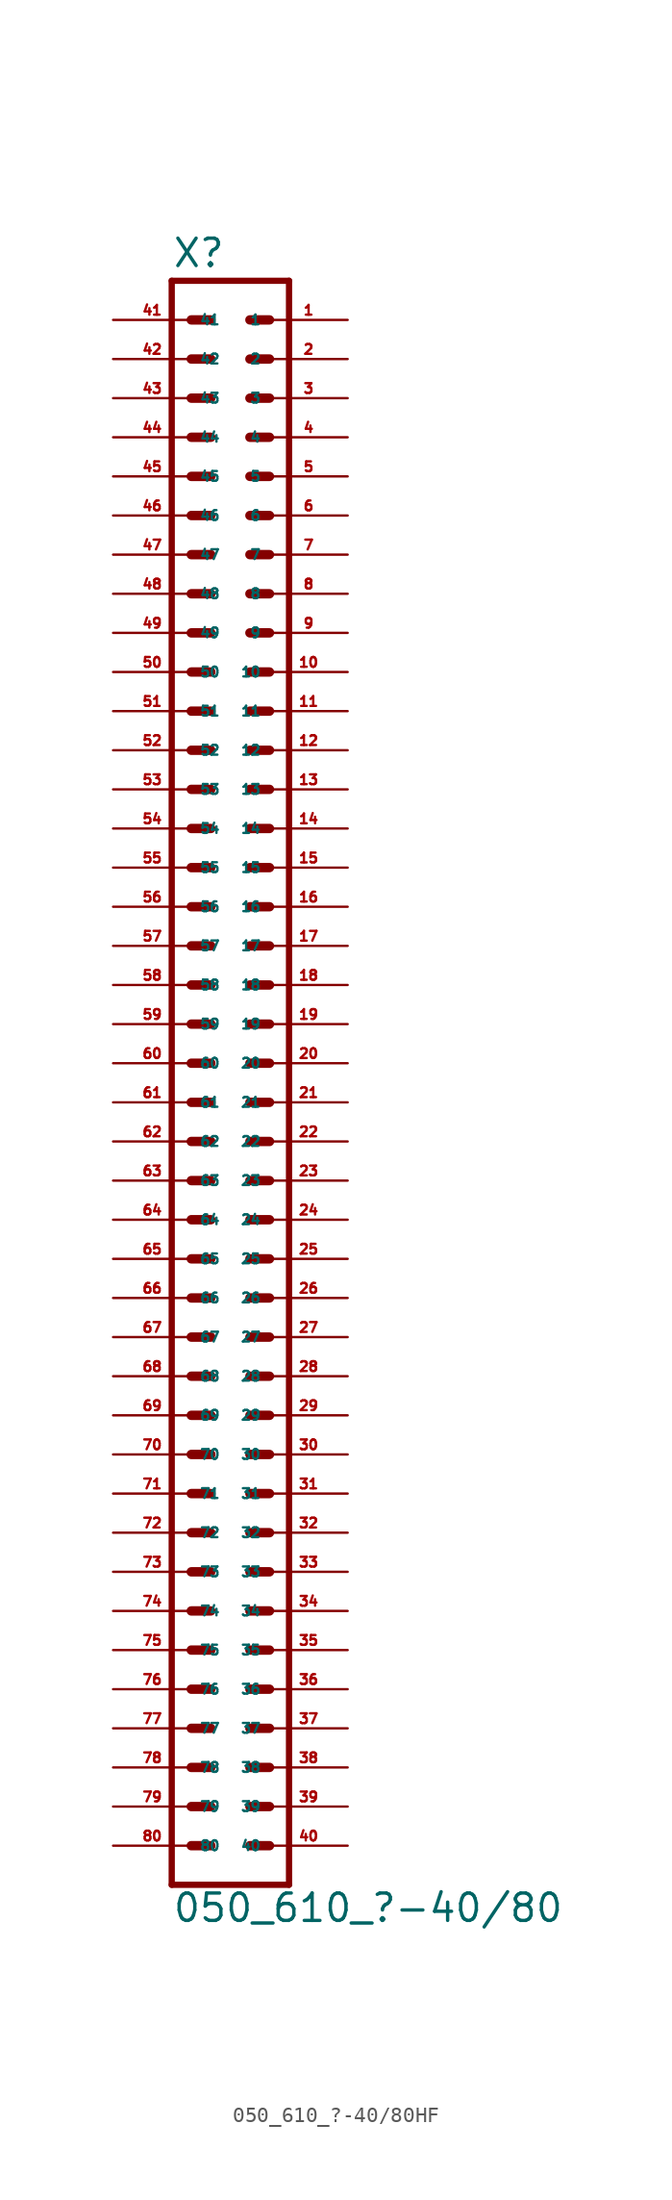
<source format=kicad_sym>
(kicad_symbol_lib
  (version 20220914)
  (generator Eagle2Kicad)
  (symbol "050_610_?-40/80HF"
    (property "Reference" "X"
      (at -3.81 51.562 0)
      (effects (font (size 1.778 1.778) (thickness 0.22)) (justify left bottom)))
    (property "Value" "050_610_?-40/80"
      (at -3.81 -55.88 0)
      (effects (font (size 1.778 1.778) (thickness 0.22)) (justify left bottom)))
    (polyline
      (pts (xy 3.81 -53.34) (xy -3.81 -53.34))
      (stroke (width 0.406) (type default))
      (fill (type none)))
    (polyline
      (pts (xy -3.81 50.8) (xy -3.81 -53.34))
      (stroke (width 0.406) (type default))
      (fill (type none)))
    (polyline
      (pts (xy 3.81 -53.34) (xy 3.81 50.8))
      (stroke (width 0.406) (type default))
      (fill (type none)))
    (polyline
      (pts (xy -3.81 50.8) (xy 3.81 50.8))
      (stroke (width 0.406) (type default))
      (fill (type none)))
    (polyline
      (pts (xy 1.27 48.26) (xy 2.54 48.26))
      (stroke (width 0.61) (type default))
      (fill (type none)))
    (polyline
      (pts (xy 1.27 45.72) (xy 2.54 45.72))
      (stroke (width 0.61) (type default))
      (fill (type none)))
    (polyline
      (pts (xy 1.27 43.18) (xy 2.54 43.18))
      (stroke (width 0.61) (type default))
      (fill (type none)))
    (polyline
      (pts (xy 1.27 40.64) (xy 2.54 40.64))
      (stroke (width 0.61) (type default))
      (fill (type none)))
    (polyline
      (pts (xy 1.27 38.1) (xy 2.54 38.1))
      (stroke (width 0.61) (type default))
      (fill (type none)))
    (polyline
      (pts (xy 1.27 35.56) (xy 2.54 35.56))
      (stroke (width 0.61) (type default))
      (fill (type none)))
    (polyline
      (pts (xy 1.27 33.02) (xy 2.54 33.02))
      (stroke (width 0.61) (type default))
      (fill (type none)))
    (polyline
      (pts (xy 1.27 30.48) (xy 2.54 30.48))
      (stroke (width 0.61) (type default))
      (fill (type none)))
    (polyline
      (pts (xy 1.27 27.94) (xy 2.54 27.94))
      (stroke (width 0.61) (type default))
      (fill (type none)))
    (polyline
      (pts (xy 1.27 25.4) (xy 2.54 25.4))
      (stroke (width 0.61) (type default))
      (fill (type none)))
    (polyline
      (pts (xy 1.27 22.86) (xy 2.54 22.86))
      (stroke (width 0.61) (type default))
      (fill (type none)))
    (polyline
      (pts (xy 1.27 20.32) (xy 2.54 20.32))
      (stroke (width 0.61) (type default))
      (fill (type none)))
    (polyline
      (pts (xy 1.27 17.78) (xy 2.54 17.78))
      (stroke (width 0.61) (type default))
      (fill (type none)))
    (polyline
      (pts (xy 1.27 15.24) (xy 2.54 15.24))
      (stroke (width 0.61) (type default))
      (fill (type none)))
    (polyline
      (pts (xy 1.27 12.7) (xy 2.54 12.7))
      (stroke (width 0.61) (type default))
      (fill (type none)))
    (polyline
      (pts (xy 1.27 10.16) (xy 2.54 10.16))
      (stroke (width 0.61) (type default))
      (fill (type none)))
    (polyline
      (pts (xy 1.27 7.62) (xy 2.54 7.62))
      (stroke (width 0.61) (type default))
      (fill (type none)))
    (polyline
      (pts (xy 1.27 5.08) (xy 2.54 5.08))
      (stroke (width 0.61) (type default))
      (fill (type none)))
    (polyline
      (pts (xy 1.27 2.54) (xy 2.54 2.54))
      (stroke (width 0.61) (type default))
      (fill (type none)))
    (polyline
      (pts (xy 1.27 0) (xy 2.54 0))
      (stroke (width 0.61) (type default))
      (fill (type none)))
    (polyline
      (pts (xy 1.27 -2.54) (xy 2.54 -2.54))
      (stroke (width 0.61) (type default))
      (fill (type none)))
    (polyline
      (pts (xy 1.27 -5.08) (xy 2.54 -5.08))
      (stroke (width 0.61) (type default))
      (fill (type none)))
    (polyline
      (pts (xy 1.27 -7.62) (xy 2.54 -7.62))
      (stroke (width 0.61) (type default))
      (fill (type none)))
    (polyline
      (pts (xy 1.27 -10.16) (xy 2.54 -10.16))
      (stroke (width 0.61) (type default))
      (fill (type none)))
    (polyline
      (pts (xy 1.27 -12.7) (xy 2.54 -12.7))
      (stroke (width 0.61) (type default))
      (fill (type none)))
    (polyline
      (pts (xy 1.27 -15.24) (xy 2.54 -15.24))
      (stroke (width 0.61) (type default))
      (fill (type none)))
    (polyline
      (pts (xy 1.27 -17.78) (xy 2.54 -17.78))
      (stroke (width 0.61) (type default))
      (fill (type none)))
    (polyline
      (pts (xy 1.27 -20.32) (xy 2.54 -20.32))
      (stroke (width 0.61) (type default))
      (fill (type none)))
    (polyline
      (pts (xy 1.27 -22.86) (xy 2.54 -22.86))
      (stroke (width 0.61) (type default))
      (fill (type none)))
    (polyline
      (pts (xy 1.27 -25.4) (xy 2.54 -25.4))
      (stroke (width 0.61) (type default))
      (fill (type none)))
    (polyline
      (pts (xy 1.27 -27.94) (xy 2.54 -27.94))
      (stroke (width 0.61) (type default))
      (fill (type none)))
    (polyline
      (pts (xy 1.27 -30.48) (xy 2.54 -30.48))
      (stroke (width 0.61) (type default))
      (fill (type none)))
    (polyline
      (pts (xy 1.27 -33.02) (xy 2.54 -33.02))
      (stroke (width 0.61) (type default))
      (fill (type none)))
    (polyline
      (pts (xy 1.27 -35.56) (xy 2.54 -35.56))
      (stroke (width 0.61) (type default))
      (fill (type none)))
    (polyline
      (pts (xy 1.27 -38.1) (xy 2.54 -38.1))
      (stroke (width 0.61) (type default))
      (fill (type none)))
    (polyline
      (pts (xy 1.27 -40.64) (xy 2.54 -40.64))
      (stroke (width 0.61) (type default))
      (fill (type none)))
    (polyline
      (pts (xy 1.27 -43.18) (xy 2.54 -43.18))
      (stroke (width 0.61) (type default))
      (fill (type none)))
    (polyline
      (pts (xy 1.27 -45.72) (xy 2.54 -45.72))
      (stroke (width 0.61) (type default))
      (fill (type none)))
    (polyline
      (pts (xy 1.27 -48.26) (xy 2.54 -48.26))
      (stroke (width 0.61) (type default))
      (fill (type none)))
    (polyline
      (pts (xy 1.27 -50.8) (xy 2.54 -50.8))
      (stroke (width 0.61) (type default))
      (fill (type none)))
    (polyline
      (pts (xy -1.27 48.26) (xy -2.54 48.26))
      (stroke (width 0.61) (type default))
      (fill (type none)))
    (polyline
      (pts (xy -1.27 45.72) (xy -2.54 45.72))
      (stroke (width 0.61) (type default))
      (fill (type none)))
    (polyline
      (pts (xy -1.27 43.18) (xy -2.54 43.18))
      (stroke (width 0.61) (type default))
      (fill (type none)))
    (polyline
      (pts (xy -1.27 40.64) (xy -2.54 40.64))
      (stroke (width 0.61) (type default))
      (fill (type none)))
    (polyline
      (pts (xy -1.27 38.1) (xy -2.54 38.1))
      (stroke (width 0.61) (type default))
      (fill (type none)))
    (polyline
      (pts (xy -1.27 35.56) (xy -2.54 35.56))
      (stroke (width 0.61) (type default))
      (fill (type none)))
    (polyline
      (pts (xy -1.27 33.02) (xy -2.54 33.02))
      (stroke (width 0.61) (type default))
      (fill (type none)))
    (polyline
      (pts (xy -1.27 30.48) (xy -2.54 30.48))
      (stroke (width 0.61) (type default))
      (fill (type none)))
    (polyline
      (pts (xy -1.27 27.94) (xy -2.54 27.94))
      (stroke (width 0.61) (type default))
      (fill (type none)))
    (polyline
      (pts (xy -1.27 25.4) (xy -2.54 25.4))
      (stroke (width 0.61) (type default))
      (fill (type none)))
    (polyline
      (pts (xy -1.27 22.86) (xy -2.54 22.86))
      (stroke (width 0.61) (type default))
      (fill (type none)))
    (polyline
      (pts (xy -1.27 20.32) (xy -2.54 20.32))
      (stroke (width 0.61) (type default))
      (fill (type none)))
    (polyline
      (pts (xy -1.27 17.78) (xy -2.54 17.78))
      (stroke (width 0.61) (type default))
      (fill (type none)))
    (polyline
      (pts (xy -1.27 15.24) (xy -2.54 15.24))
      (stroke (width 0.61) (type default))
      (fill (type none)))
    (polyline
      (pts (xy -1.27 12.7) (xy -2.54 12.7))
      (stroke (width 0.61) (type default))
      (fill (type none)))
    (polyline
      (pts (xy -1.27 10.16) (xy -2.54 10.16))
      (stroke (width 0.61) (type default))
      (fill (type none)))
    (polyline
      (pts (xy -1.27 7.62) (xy -2.54 7.62))
      (stroke (width 0.61) (type default))
      (fill (type none)))
    (polyline
      (pts (xy -1.27 5.08) (xy -2.54 5.08))
      (stroke (width 0.61) (type default))
      (fill (type none)))
    (polyline
      (pts (xy -1.27 2.54) (xy -2.54 2.54))
      (stroke (width 0.61) (type default))
      (fill (type none)))
    (polyline
      (pts (xy -1.27 0) (xy -2.54 0))
      (stroke (width 0.61) (type default))
      (fill (type none)))
    (polyline
      (pts (xy -1.27 -2.54) (xy -2.54 -2.54))
      (stroke (width 0.61) (type default))
      (fill (type none)))
    (polyline
      (pts (xy -1.27 -5.08) (xy -2.54 -5.08))
      (stroke (width 0.61) (type default))
      (fill (type none)))
    (polyline
      (pts (xy -1.27 -7.62) (xy -2.54 -7.62))
      (stroke (width 0.61) (type default))
      (fill (type none)))
    (polyline
      (pts (xy -1.27 -10.16) (xy -2.54 -10.16))
      (stroke (width 0.61) (type default))
      (fill (type none)))
    (polyline
      (pts (xy -1.27 -12.7) (xy -2.54 -12.7))
      (stroke (width 0.61) (type default))
      (fill (type none)))
    (polyline
      (pts (xy -1.27 -15.24) (xy -2.54 -15.24))
      (stroke (width 0.61) (type default))
      (fill (type none)))
    (polyline
      (pts (xy -1.27 -17.78) (xy -2.54 -17.78))
      (stroke (width 0.61) (type default))
      (fill (type none)))
    (polyline
      (pts (xy -1.27 -20.32) (xy -2.54 -20.32))
      (stroke (width 0.61) (type default))
      (fill (type none)))
    (polyline
      (pts (xy -1.27 -22.86) (xy -2.54 -22.86))
      (stroke (width 0.61) (type default))
      (fill (type none)))
    (polyline
      (pts (xy -1.27 -25.4) (xy -2.54 -25.4))
      (stroke (width 0.61) (type default))
      (fill (type none)))
    (polyline
      (pts (xy -1.27 -27.94) (xy -2.54 -27.94))
      (stroke (width 0.61) (type default))
      (fill (type none)))
    (polyline
      (pts (xy -1.27 -30.48) (xy -2.54 -30.48))
      (stroke (width 0.61) (type default))
      (fill (type none)))
    (polyline
      (pts (xy -1.27 -33.02) (xy -2.54 -33.02))
      (stroke (width 0.61) (type default))
      (fill (type none)))
    (polyline
      (pts (xy -1.27 -35.56) (xy -2.54 -35.56))
      (stroke (width 0.61) (type default))
      (fill (type none)))
    (polyline
      (pts (xy -1.27 -38.1) (xy -2.54 -38.1))
      (stroke (width 0.61) (type default))
      (fill (type none)))
    (polyline
      (pts (xy -1.27 -40.64) (xy -2.54 -40.64))
      (stroke (width 0.61) (type default))
      (fill (type none)))
    (polyline
      (pts (xy -1.27 -43.18) (xy -2.54 -43.18))
      (stroke (width 0.61) (type default))
      (fill (type none)))
    (polyline
      (pts (xy -1.27 -45.72) (xy -2.54 -45.72))
      (stroke (width 0.61) (type default))
      (fill (type none)))
    (polyline
      (pts (xy -1.27 -48.26) (xy -2.54 -48.26))
      (stroke (width 0.61) (type default))
      (fill (type none)))
    (polyline
      (pts (xy -1.27 -50.8) (xy -2.54 -50.8))
      (stroke (width 0.61) (type default))
      (fill (type none)))
    (pin passive line
      (at 7.62 48.26 180)
      (length 5.08)
      (name "1" (effects (font (size 0.635 0.635) (thickness 0.08)) (justify left bottom)))
      (number "1" (effects (font (size 0.635 0.635) (thickness 0.08)) (justify left bottom))))
    (pin passive line
      (at 7.62 45.72 180)
      (length 5.08)
      (name "2" (effects (font (size 0.635 0.635) (thickness 0.08)) (justify left bottom)))
      (number "2" (effects (font (size 0.635 0.635) (thickness 0.08)) (justify left bottom))))
    (pin passive line
      (at 7.62 43.18 180)
      (length 5.08)
      (name "3" (effects (font (size 0.635 0.635) (thickness 0.08)) (justify left bottom)))
      (number "3" (effects (font (size 0.635 0.635) (thickness 0.08)) (justify left bottom))))
    (pin passive line
      (at 7.62 40.64 180)
      (length 5.08)
      (name "4" (effects (font (size 0.635 0.635) (thickness 0.08)) (justify left bottom)))
      (number "4" (effects (font (size 0.635 0.635) (thickness 0.08)) (justify left bottom))))
    (pin passive line
      (at 7.62 38.1 180)
      (length 5.08)
      (name "5" (effects (font (size 0.635 0.635) (thickness 0.08)) (justify left bottom)))
      (number "5" (effects (font (size 0.635 0.635) (thickness 0.08)) (justify left bottom))))
    (pin passive line
      (at 7.62 35.56 180)
      (length 5.08)
      (name "6" (effects (font (size 0.635 0.635) (thickness 0.08)) (justify left bottom)))
      (number "6" (effects (font (size 0.635 0.635) (thickness 0.08)) (justify left bottom))))
    (pin passive line
      (at 7.62 33.02 180)
      (length 5.08)
      (name "7" (effects (font (size 0.635 0.635) (thickness 0.08)) (justify left bottom)))
      (number "7" (effects (font (size 0.635 0.635) (thickness 0.08)) (justify left bottom))))
    (pin passive line
      (at 7.62 30.48 180)
      (length 5.08)
      (name "8" (effects (font (size 0.635 0.635) (thickness 0.08)) (justify left bottom)))
      (number "8" (effects (font (size 0.635 0.635) (thickness 0.08)) (justify left bottom))))
    (pin passive line
      (at 7.62 27.94 180)
      (length 5.08)
      (name "9" (effects (font (size 0.635 0.635) (thickness 0.08)) (justify left bottom)))
      (number "9" (effects (font (size 0.635 0.635) (thickness 0.08)) (justify left bottom))))
    (pin passive line
      (at 7.62 25.4 180)
      (length 5.08)
      (name "10" (effects (font (size 0.635 0.635) (thickness 0.08)) (justify left bottom)))
      (number "10" (effects (font (size 0.635 0.635) (thickness 0.08)) (justify left bottom))))
    (pin passive line
      (at 7.62 22.86 180)
      (length 5.08)
      (name "11" (effects (font (size 0.635 0.635) (thickness 0.08)) (justify left bottom)))
      (number "11" (effects (font (size 0.635 0.635) (thickness 0.08)) (justify left bottom))))
    (pin passive line
      (at 7.62 20.32 180)
      (length 5.08)
      (name "12" (effects (font (size 0.635 0.635) (thickness 0.08)) (justify left bottom)))
      (number "12" (effects (font (size 0.635 0.635) (thickness 0.08)) (justify left bottom))))
    (pin passive line
      (at 7.62 17.78 180)
      (length 5.08)
      (name "13" (effects (font (size 0.635 0.635) (thickness 0.08)) (justify left bottom)))
      (number "13" (effects (font (size 0.635 0.635) (thickness 0.08)) (justify left bottom))))
    (pin passive line
      (at 7.62 15.24 180)
      (length 5.08)
      (name "14" (effects (font (size 0.635 0.635) (thickness 0.08)) (justify left bottom)))
      (number "14" (effects (font (size 0.635 0.635) (thickness 0.08)) (justify left bottom))))
    (pin passive line
      (at 7.62 12.7 180)
      (length 5.08)
      (name "15" (effects (font (size 0.635 0.635) (thickness 0.08)) (justify left bottom)))
      (number "15" (effects (font (size 0.635 0.635) (thickness 0.08)) (justify left bottom))))
    (pin passive line
      (at 7.62 10.16 180)
      (length 5.08)
      (name "16" (effects (font (size 0.635 0.635) (thickness 0.08)) (justify left bottom)))
      (number "16" (effects (font (size 0.635 0.635) (thickness 0.08)) (justify left bottom))))
    (pin passive line
      (at 7.62 7.62 180)
      (length 5.08)
      (name "17" (effects (font (size 0.635 0.635) (thickness 0.08)) (justify left bottom)))
      (number "17" (effects (font (size 0.635 0.635) (thickness 0.08)) (justify left bottom))))
    (pin passive line
      (at 7.62 5.08 180)
      (length 5.08)
      (name "18" (effects (font (size 0.635 0.635) (thickness 0.08)) (justify left bottom)))
      (number "18" (effects (font (size 0.635 0.635) (thickness 0.08)) (justify left bottom))))
    (pin passive line
      (at 7.62 2.54 180)
      (length 5.08)
      (name "19" (effects (font (size 0.635 0.635) (thickness 0.08)) (justify left bottom)))
      (number "19" (effects (font (size 0.635 0.635) (thickness 0.08)) (justify left bottom))))
    (pin passive line
      (at 7.62 0 180)
      (length 5.08)
      (name "20" (effects (font (size 0.635 0.635) (thickness 0.08)) (justify left bottom)))
      (number "20" (effects (font (size 0.635 0.635) (thickness 0.08)) (justify left bottom))))
    (pin passive line
      (at 7.62 -2.54 180)
      (length 5.08)
      (name "21" (effects (font (size 0.635 0.635) (thickness 0.08)) (justify left bottom)))
      (number "21" (effects (font (size 0.635 0.635) (thickness 0.08)) (justify left bottom))))
    (pin passive line
      (at 7.62 -5.08 180)
      (length 5.08)
      (name "22" (effects (font (size 0.635 0.635) (thickness 0.08)) (justify left bottom)))
      (number "22" (effects (font (size 0.635 0.635) (thickness 0.08)) (justify left bottom))))
    (pin passive line
      (at 7.62 -7.62 180)
      (length 5.08)
      (name "23" (effects (font (size 0.635 0.635) (thickness 0.08)) (justify left bottom)))
      (number "23" (effects (font (size 0.635 0.635) (thickness 0.08)) (justify left bottom))))
    (pin passive line
      (at 7.62 -10.16 180)
      (length 5.08)
      (name "24" (effects (font (size 0.635 0.635) (thickness 0.08)) (justify left bottom)))
      (number "24" (effects (font (size 0.635 0.635) (thickness 0.08)) (justify left bottom))))
    (pin passive line
      (at 7.62 -12.7 180)
      (length 5.08)
      (name "25" (effects (font (size 0.635 0.635) (thickness 0.08)) (justify left bottom)))
      (number "25" (effects (font (size 0.635 0.635) (thickness 0.08)) (justify left bottom))))
    (pin passive line
      (at 7.62 -15.24 180)
      (length 5.08)
      (name "26" (effects (font (size 0.635 0.635) (thickness 0.08)) (justify left bottom)))
      (number "26" (effects (font (size 0.635 0.635) (thickness 0.08)) (justify left bottom))))
    (pin passive line
      (at 7.62 -17.78 180)
      (length 5.08)
      (name "27" (effects (font (size 0.635 0.635) (thickness 0.08)) (justify left bottom)))
      (number "27" (effects (font (size 0.635 0.635) (thickness 0.08)) (justify left bottom))))
    (pin passive line
      (at 7.62 -20.32 180)
      (length 5.08)
      (name "28" (effects (font (size 0.635 0.635) (thickness 0.08)) (justify left bottom)))
      (number "28" (effects (font (size 0.635 0.635) (thickness 0.08)) (justify left bottom))))
    (pin passive line
      (at 7.62 -22.86 180)
      (length 5.08)
      (name "29" (effects (font (size 0.635 0.635) (thickness 0.08)) (justify left bottom)))
      (number "29" (effects (font (size 0.635 0.635) (thickness 0.08)) (justify left bottom))))
    (pin passive line
      (at 7.62 -25.4 180)
      (length 5.08)
      (name "30" (effects (font (size 0.635 0.635) (thickness 0.08)) (justify left bottom)))
      (number "30" (effects (font (size 0.635 0.635) (thickness 0.08)) (justify left bottom))))
    (pin passive line
      (at 7.62 -27.94 180)
      (length 5.08)
      (name "31" (effects (font (size 0.635 0.635) (thickness 0.08)) (justify left bottom)))
      (number "31" (effects (font (size 0.635 0.635) (thickness 0.08)) (justify left bottom))))
    (pin passive line
      (at 7.62 -30.48 180)
      (length 5.08)
      (name "32" (effects (font (size 0.635 0.635) (thickness 0.08)) (justify left bottom)))
      (number "32" (effects (font (size 0.635 0.635) (thickness 0.08)) (justify left bottom))))
    (pin passive line
      (at 7.62 -33.02 180)
      (length 5.08)
      (name "33" (effects (font (size 0.635 0.635) (thickness 0.08)) (justify left bottom)))
      (number "33" (effects (font (size 0.635 0.635) (thickness 0.08)) (justify left bottom))))
    (pin passive line
      (at 7.62 -35.56 180)
      (length 5.08)
      (name "34" (effects (font (size 0.635 0.635) (thickness 0.08)) (justify left bottom)))
      (number "34" (effects (font (size 0.635 0.635) (thickness 0.08)) (justify left bottom))))
    (pin passive line
      (at 7.62 -38.1 180)
      (length 5.08)
      (name "35" (effects (font (size 0.635 0.635) (thickness 0.08)) (justify left bottom)))
      (number "35" (effects (font (size 0.635 0.635) (thickness 0.08)) (justify left bottom))))
    (pin passive line
      (at 7.62 -40.64 180)
      (length 5.08)
      (name "36" (effects (font (size 0.635 0.635) (thickness 0.08)) (justify left bottom)))
      (number "36" (effects (font (size 0.635 0.635) (thickness 0.08)) (justify left bottom))))
    (pin passive line
      (at 7.62 -43.18 180)
      (length 5.08)
      (name "37" (effects (font (size 0.635 0.635) (thickness 0.08)) (justify left bottom)))
      (number "37" (effects (font (size 0.635 0.635) (thickness 0.08)) (justify left bottom))))
    (pin passive line
      (at 7.62 -45.72 180)
      (length 5.08)
      (name "38" (effects (font (size 0.635 0.635) (thickness 0.08)) (justify left bottom)))
      (number "38" (effects (font (size 0.635 0.635) (thickness 0.08)) (justify left bottom))))
    (pin passive line
      (at 7.62 -48.26 180)
      (length 5.08)
      (name "39" (effects (font (size 0.635 0.635) (thickness 0.08)) (justify left bottom)))
      (number "39" (effects (font (size 0.635 0.635) (thickness 0.08)) (justify left bottom))))
    (pin passive line
      (at 7.62 -50.8 180)
      (length 5.08)
      (name "40" (effects (font (size 0.635 0.635) (thickness 0.08)) (justify left bottom)))
      (number "40" (effects (font (size 0.635 0.635) (thickness 0.08)) (justify left bottom))))
    (pin passive line
      (at -7.62 48.26 0)
      (length 5.08)
      (name "41" (effects (font (size 0.635 0.635) (thickness 0.08)) (justify left bottom)))
      (number "41" (effects (font (size 0.635 0.635) (thickness 0.08)) (justify left bottom))))
    (pin passive line
      (at -7.62 45.72 0)
      (length 5.08)
      (name "42" (effects (font (size 0.635 0.635) (thickness 0.08)) (justify left bottom)))
      (number "42" (effects (font (size 0.635 0.635) (thickness 0.08)) (justify left bottom))))
    (pin passive line
      (at -7.62 43.18 0)
      (length 5.08)
      (name "43" (effects (font (size 0.635 0.635) (thickness 0.08)) (justify left bottom)))
      (number "43" (effects (font (size 0.635 0.635) (thickness 0.08)) (justify left bottom))))
    (pin passive line
      (at -7.62 40.64 0)
      (length 5.08)
      (name "44" (effects (font (size 0.635 0.635) (thickness 0.08)) (justify left bottom)))
      (number "44" (effects (font (size 0.635 0.635) (thickness 0.08)) (justify left bottom))))
    (pin passive line
      (at -7.62 38.1 0)
      (length 5.08)
      (name "45" (effects (font (size 0.635 0.635) (thickness 0.08)) (justify left bottom)))
      (number "45" (effects (font (size 0.635 0.635) (thickness 0.08)) (justify left bottom))))
    (pin passive line
      (at -7.62 35.56 0)
      (length 5.08)
      (name "46" (effects (font (size 0.635 0.635) (thickness 0.08)) (justify left bottom)))
      (number "46" (effects (font (size 0.635 0.635) (thickness 0.08)) (justify left bottom))))
    (pin passive line
      (at -7.62 33.02 0)
      (length 5.08)
      (name "47" (effects (font (size 0.635 0.635) (thickness 0.08)) (justify left bottom)))
      (number "47" (effects (font (size 0.635 0.635) (thickness 0.08)) (justify left bottom))))
    (pin passive line
      (at -7.62 30.48 0)
      (length 5.08)
      (name "48" (effects (font (size 0.635 0.635) (thickness 0.08)) (justify left bottom)))
      (number "48" (effects (font (size 0.635 0.635) (thickness 0.08)) (justify left bottom))))
    (pin passive line
      (at -7.62 27.94 0)
      (length 5.08)
      (name "49" (effects (font (size 0.635 0.635) (thickness 0.08)) (justify left bottom)))
      (number "49" (effects (font (size 0.635 0.635) (thickness 0.08)) (justify left bottom))))
    (pin passive line
      (at -7.62 25.4 0)
      (length 5.08)
      (name "50" (effects (font (size 0.635 0.635) (thickness 0.08)) (justify left bottom)))
      (number "50" (effects (font (size 0.635 0.635) (thickness 0.08)) (justify left bottom))))
    (pin passive line
      (at -7.62 22.86 0)
      (length 5.08)
      (name "51" (effects (font (size 0.635 0.635) (thickness 0.08)) (justify left bottom)))
      (number "51" (effects (font (size 0.635 0.635) (thickness 0.08)) (justify left bottom))))
    (pin passive line
      (at -7.62 20.32 0)
      (length 5.08)
      (name "52" (effects (font (size 0.635 0.635) (thickness 0.08)) (justify left bottom)))
      (number "52" (effects (font (size 0.635 0.635) (thickness 0.08)) (justify left bottom))))
    (pin passive line
      (at -7.62 17.78 0)
      (length 5.08)
      (name "53" (effects (font (size 0.635 0.635) (thickness 0.08)) (justify left bottom)))
      (number "53" (effects (font (size 0.635 0.635) (thickness 0.08)) (justify left bottom))))
    (pin passive line
      (at -7.62 15.24 0)
      (length 5.08)
      (name "54" (effects (font (size 0.635 0.635) (thickness 0.08)) (justify left bottom)))
      (number "54" (effects (font (size 0.635 0.635) (thickness 0.08)) (justify left bottom))))
    (pin passive line
      (at -7.62 12.7 0)
      (length 5.08)
      (name "55" (effects (font (size 0.635 0.635) (thickness 0.08)) (justify left bottom)))
      (number "55" (effects (font (size 0.635 0.635) (thickness 0.08)) (justify left bottom))))
    (pin passive line
      (at -7.62 10.16 0)
      (length 5.08)
      (name "56" (effects (font (size 0.635 0.635) (thickness 0.08)) (justify left bottom)))
      (number "56" (effects (font (size 0.635 0.635) (thickness 0.08)) (justify left bottom))))
    (pin passive line
      (at -7.62 7.62 0)
      (length 5.08)
      (name "57" (effects (font (size 0.635 0.635) (thickness 0.08)) (justify left bottom)))
      (number "57" (effects (font (size 0.635 0.635) (thickness 0.08)) (justify left bottom))))
    (pin passive line
      (at -7.62 5.08 0)
      (length 5.08)
      (name "58" (effects (font (size 0.635 0.635) (thickness 0.08)) (justify left bottom)))
      (number "58" (effects (font (size 0.635 0.635) (thickness 0.08)) (justify left bottom))))
    (pin passive line
      (at -7.62 2.54 0)
      (length 5.08)
      (name "59" (effects (font (size 0.635 0.635) (thickness 0.08)) (justify left bottom)))
      (number "59" (effects (font (size 0.635 0.635) (thickness 0.08)) (justify left bottom))))
    (pin passive line
      (at -7.62 0 0)
      (length 5.08)
      (name "60" (effects (font (size 0.635 0.635) (thickness 0.08)) (justify left bottom)))
      (number "60" (effects (font (size 0.635 0.635) (thickness 0.08)) (justify left bottom))))
    (pin passive line
      (at -7.62 -2.54 0)
      (length 5.08)
      (name "61" (effects (font (size 0.635 0.635) (thickness 0.08)) (justify left bottom)))
      (number "61" (effects (font (size 0.635 0.635) (thickness 0.08)) (justify left bottom))))
    (pin passive line
      (at -7.62 -5.08 0)
      (length 5.08)
      (name "62" (effects (font (size 0.635 0.635) (thickness 0.08)) (justify left bottom)))
      (number "62" (effects (font (size 0.635 0.635) (thickness 0.08)) (justify left bottom))))
    (pin passive line
      (at -7.62 -7.62 0)
      (length 5.08)
      (name "63" (effects (font (size 0.635 0.635) (thickness 0.08)) (justify left bottom)))
      (number "63" (effects (font (size 0.635 0.635) (thickness 0.08)) (justify left bottom))))
    (pin passive line
      (at -7.62 -10.16 0)
      (length 5.08)
      (name "64" (effects (font (size 0.635 0.635) (thickness 0.08)) (justify left bottom)))
      (number "64" (effects (font (size 0.635 0.635) (thickness 0.08)) (justify left bottom))))
    (pin passive line
      (at -7.62 -12.7 0)
      (length 5.08)
      (name "65" (effects (font (size 0.635 0.635) (thickness 0.08)) (justify left bottom)))
      (number "65" (effects (font (size 0.635 0.635) (thickness 0.08)) (justify left bottom))))
    (pin passive line
      (at -7.62 -15.24 0)
      (length 5.08)
      (name "66" (effects (font (size 0.635 0.635) (thickness 0.08)) (justify left bottom)))
      (number "66" (effects (font (size 0.635 0.635) (thickness 0.08)) (justify left bottom))))
    (pin passive line
      (at -7.62 -17.78 0)
      (length 5.08)
      (name "67" (effects (font (size 0.635 0.635) (thickness 0.08)) (justify left bottom)))
      (number "67" (effects (font (size 0.635 0.635) (thickness 0.08)) (justify left bottom))))
    (pin passive line
      (at -7.62 -20.32 0)
      (length 5.08)
      (name "68" (effects (font (size 0.635 0.635) (thickness 0.08)) (justify left bottom)))
      (number "68" (effects (font (size 0.635 0.635) (thickness 0.08)) (justify left bottom))))
    (pin passive line
      (at -7.62 -22.86 0)
      (length 5.08)
      (name "69" (effects (font (size 0.635 0.635) (thickness 0.08)) (justify left bottom)))
      (number "69" (effects (font (size 0.635 0.635) (thickness 0.08)) (justify left bottom))))
    (pin passive line
      (at -7.62 -25.4 0)
      (length 5.08)
      (name "70" (effects (font (size 0.635 0.635) (thickness 0.08)) (justify left bottom)))
      (number "70" (effects (font (size 0.635 0.635) (thickness 0.08)) (justify left bottom))))
    (pin passive line
      (at -7.62 -27.94 0)
      (length 5.08)
      (name "71" (effects (font (size 0.635 0.635) (thickness 0.08)) (justify left bottom)))
      (number "71" (effects (font (size 0.635 0.635) (thickness 0.08)) (justify left bottom))))
    (pin passive line
      (at -7.62 -30.48 0)
      (length 5.08)
      (name "72" (effects (font (size 0.635 0.635) (thickness 0.08)) (justify left bottom)))
      (number "72" (effects (font (size 0.635 0.635) (thickness 0.08)) (justify left bottom))))
    (pin passive line
      (at -7.62 -33.02 0)
      (length 5.08)
      (name "73" (effects (font (size 0.635 0.635) (thickness 0.08)) (justify left bottom)))
      (number "73" (effects (font (size 0.635 0.635) (thickness 0.08)) (justify left bottom))))
    (pin passive line
      (at -7.62 -35.56 0)
      (length 5.08)
      (name "74" (effects (font (size 0.635 0.635) (thickness 0.08)) (justify left bottom)))
      (number "74" (effects (font (size 0.635 0.635) (thickness 0.08)) (justify left bottom))))
    (pin passive line
      (at -7.62 -38.1 0)
      (length 5.08)
      (name "75" (effects (font (size 0.635 0.635) (thickness 0.08)) (justify left bottom)))
      (number "75" (effects (font (size 0.635 0.635) (thickness 0.08)) (justify left bottom))))
    (pin passive line
      (at -7.62 -40.64 0)
      (length 5.08)
      (name "76" (effects (font (size 0.635 0.635) (thickness 0.08)) (justify left bottom)))
      (number "76" (effects (font (size 0.635 0.635) (thickness 0.08)) (justify left bottom))))
    (pin passive line
      (at -7.62 -43.18 0)
      (length 5.08)
      (name "77" (effects (font (size 0.635 0.635) (thickness 0.08)) (justify left bottom)))
      (number "77" (effects (font (size 0.635 0.635) (thickness 0.08)) (justify left bottom))))
    (pin passive line
      (at -7.62 -45.72 0)
      (length 5.08)
      (name "78" (effects (font (size 0.635 0.635) (thickness 0.08)) (justify left bottom)))
      (number "78" (effects (font (size 0.635 0.635) (thickness 0.08)) (justify left bottom))))
    (pin passive line
      (at -7.62 -48.26 0)
      (length 5.08)
      (name "79" (effects (font (size 0.635 0.635) (thickness 0.08)) (justify left bottom)))
      (number "79" (effects (font (size 0.635 0.635) (thickness 0.08)) (justify left bottom))))
    (pin passive line
      (at -7.62 -50.8 0)
      (length 5.08)
      (name "80" (effects (font (size 0.635 0.635) (thickness 0.08)) (justify left bottom)))
      (number "80" (effects (font (size 0.635 0.635) (thickness 0.08)) (justify left bottom))))))
</source>
